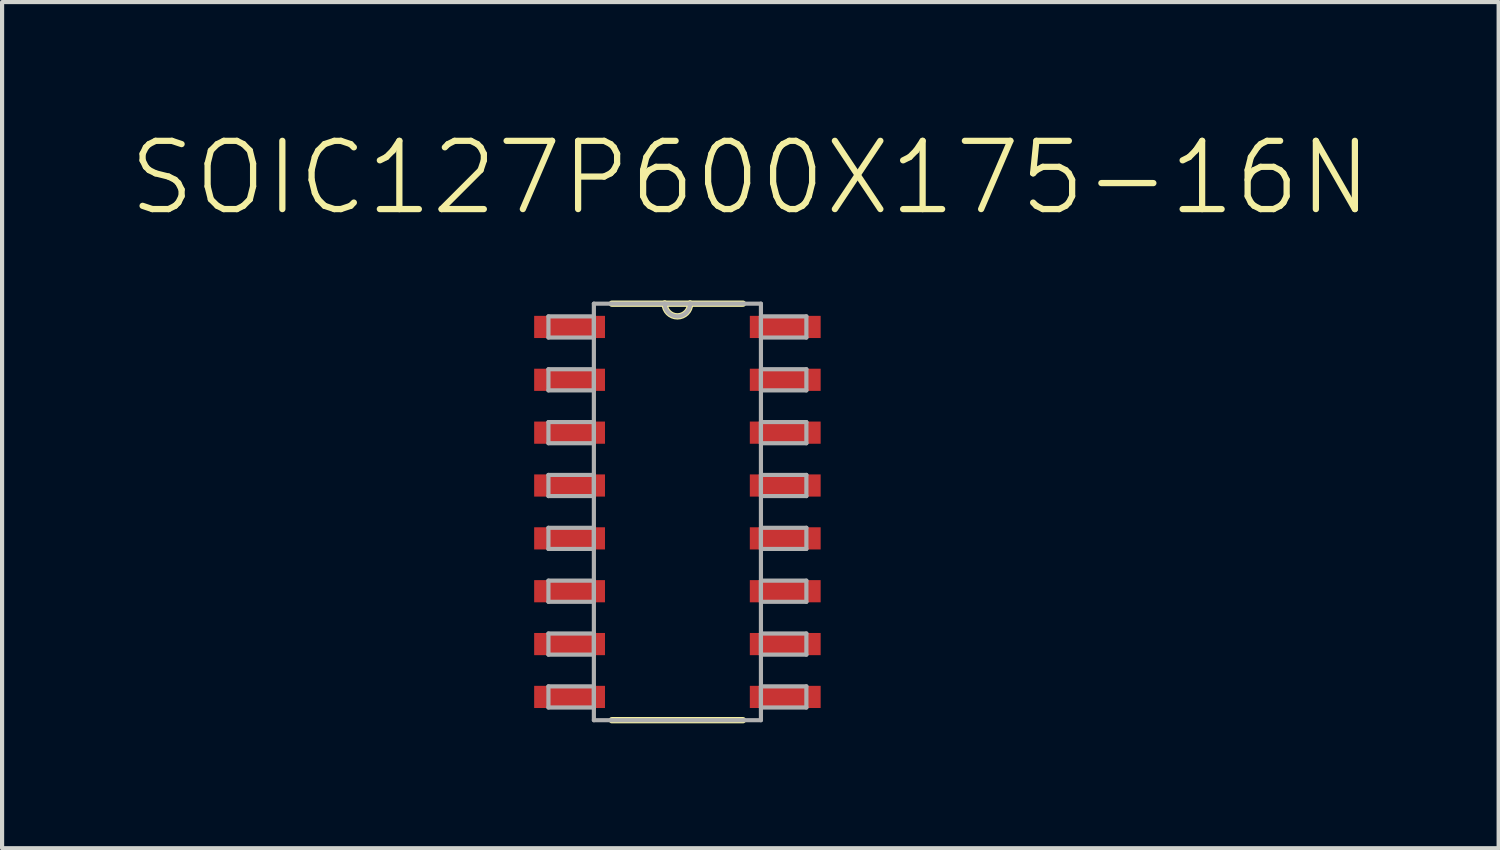
<source format=kicad_pcb>
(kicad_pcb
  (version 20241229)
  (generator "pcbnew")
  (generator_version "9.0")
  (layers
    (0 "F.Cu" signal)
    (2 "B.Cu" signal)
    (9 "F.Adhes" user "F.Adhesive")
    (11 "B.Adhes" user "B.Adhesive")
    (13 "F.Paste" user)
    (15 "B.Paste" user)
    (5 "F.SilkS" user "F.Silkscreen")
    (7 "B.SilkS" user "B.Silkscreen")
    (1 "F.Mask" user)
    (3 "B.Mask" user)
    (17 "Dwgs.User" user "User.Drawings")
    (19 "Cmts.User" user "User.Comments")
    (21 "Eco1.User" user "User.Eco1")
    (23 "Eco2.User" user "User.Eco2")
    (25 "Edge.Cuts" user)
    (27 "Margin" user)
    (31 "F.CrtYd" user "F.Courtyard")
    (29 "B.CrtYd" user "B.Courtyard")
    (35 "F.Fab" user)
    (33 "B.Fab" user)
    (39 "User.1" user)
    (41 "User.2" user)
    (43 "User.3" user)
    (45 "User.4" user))
  (footprint "SOIC127P600X175-16N"
    (layer "F.Cu")
    (at 13.227 9.251)
    (property "Reference" "SOIC127P600X175-16N" (at 1.753 -8.028 0) (layer "F.SilkS") (effects (font (size 1.64 1.64) (thickness 0.15))))
    (attr smd)
    (fp_line (start -1.575 5.004) (end 1.575 5.004) (stroke (width 0.152) (type solid)) (layer "F.SilkS"))
    (fp_line (start -0.305 -5.004) (end -1.575 -5.004) (stroke (width 0.152) (type solid)) (layer "F.SilkS"))
    (fp_line (start 0.305 -5.004) (end -0.305 -5.004) (stroke (width 0.152) (type solid)) (layer "F.SilkS"))
    (fp_line (start 1.575 -5.004) (end 0.305 -5.004) (stroke (width 0.152) (type solid)) (layer "F.SilkS"))
    (fp_arc (start 0.3048 -5.0038) (mid 0 -4.699) (end -0.3048 -5.0038) (stroke (width 0.1524) (type solid)) (layer "F.SilkS"))
    (fp_line (start -3.099 -4.699) (end -3.099 -4.191) (stroke (width 0.1) (type solid)) (layer "F.Fab"))
    (fp_line (start -3.099 -4.191) (end -2.007 -4.191) (stroke (width 0.1) (type solid)) (layer "F.Fab"))
    (fp_line (start -3.099 -3.429) (end -3.099 -2.921) (stroke (width 0.1) (type solid)) (layer "F.Fab"))
    (fp_line (start -3.099 -2.921) (end -2.007 -2.921) (stroke (width 0.1) (type solid)) (layer "F.Fab"))
    (fp_line (start -3.099 -2.159) (end -3.099 -1.651) (stroke (width 0.1) (type solid)) (layer "F.Fab"))
    (fp_line (start -3.099 -1.651) (end -2.007 -1.651) (stroke (width 0.1) (type solid)) (layer "F.Fab"))
    (fp_line (start -3.099 -0.889) (end -3.099 -0.381) (stroke (width 0.1) (type solid)) (layer "F.Fab"))
    (fp_line (start -3.099 -0.381) (end -2.007 -0.381) (stroke (width 0.1) (type solid)) (layer "F.Fab"))
    (fp_line (start -3.099 0.381) (end -3.099 0.889) (stroke (width 0.1) (type solid)) (layer "F.Fab"))
    (fp_line (start -3.099 0.889) (end -2.007 0.889) (stroke (width 0.1) (type solid)) (layer "F.Fab"))
    (fp_line (start -3.099 1.651) (end -3.099 2.159) (stroke (width 0.1) (type solid)) (layer "F.Fab"))
    (fp_line (start -3.099 2.159) (end -2.007 2.159) (stroke (width 0.1) (type solid)) (layer "F.Fab"))
    (fp_line (start -3.099 2.921) (end -3.099 3.429) (stroke (width 0.1) (type solid)) (layer "F.Fab"))
    (fp_line (start -3.099 3.429) (end -2.007 3.429) (stroke (width 0.1) (type solid)) (layer "F.Fab"))
    (fp_line (start -3.099 4.191) (end -3.099 4.699) (stroke (width 0.1) (type solid)) (layer "F.Fab"))
    (fp_line (start -3.099 4.699) (end -2.007 4.699) (stroke (width 0.1) (type solid)) (layer "F.Fab"))
    (fp_line (start -2.007 -5.004) (end -2.007 5.004) (stroke (width 0.1) (type solid)) (layer "F.Fab"))
    (fp_line (start -2.007 -4.699) (end -3.099 -4.699) (stroke (width 0.1) (type solid)) (layer "F.Fab"))
    (fp_line (start -2.007 -4.191) (end -2.007 -4.699) (stroke (width 0.1) (type solid)) (layer "F.Fab"))
    (fp_line (start -2.007 -3.429) (end -3.099 -3.429) (stroke (width 0.1) (type solid)) (layer "F.Fab"))
    (fp_line (start -2.007 -2.921) (end -2.007 -3.429) (stroke (width 0.1) (type solid)) (layer "F.Fab"))
    (fp_line (start -2.007 -2.159) (end -3.099 -2.159) (stroke (width 0.1) (type solid)) (layer "F.Fab"))
    (fp_line (start -2.007 -1.651) (end -2.007 -2.159) (stroke (width 0.1) (type solid)) (layer "F.Fab"))
    (fp_line (start -2.007 -0.889) (end -3.099 -0.889) (stroke (width 0.1) (type solid)) (layer "F.Fab"))
    (fp_line (start -2.007 -0.381) (end -2.007 -0.889) (stroke (width 0.1) (type solid)) (layer "F.Fab"))
    (fp_line (start -2.007 0.381) (end -3.099 0.381) (stroke (width 0.1) (type solid)) (layer "F.Fab"))
    (fp_line (start -2.007 0.889) (end -2.007 0.381) (stroke (width 0.1) (type solid)) (layer "F.Fab"))
    (fp_line (start -2.007 1.651) (end -3.099 1.651) (stroke (width 0.1) (type solid)) (layer "F.Fab"))
    (fp_line (start -2.007 2.159) (end -2.007 1.651) (stroke (width 0.1) (type solid)) (layer "F.Fab"))
    (fp_line (start -2.007 2.921) (end -3.099 2.921) (stroke (width 0.1) (type solid)) (layer "F.Fab"))
    (fp_line (start -2.007 3.429) (end -2.007 2.921) (stroke (width 0.1) (type solid)) (layer "F.Fab"))
    (fp_line (start -2.007 4.191) (end -3.099 4.191) (stroke (width 0.1) (type solid)) (layer "F.Fab"))
    (fp_line (start -2.007 4.699) (end -2.007 4.191) (stroke (width 0.1) (type solid)) (layer "F.Fab"))
    (fp_line (start -2.007 5.004) (end 2.007 5.004) (stroke (width 0.1) (type solid)) (layer "F.Fab"))
    (fp_line (start -0.305 -5.004) (end -2.007 -5.004) (stroke (width 0.1) (type solid)) (layer "F.Fab"))
    (fp_line (start 0.305 -5.004) (end -0.305 -5.004) (stroke (width 0.1) (type solid)) (layer "F.Fab"))
    (fp_line (start 2.007 -5.004) (end 0.305 -5.004) (stroke (width 0.1) (type solid)) (layer "F.Fab"))
    (fp_line (start 2.007 -4.699) (end 2.007 -4.191) (stroke (width 0.1) (type solid)) (layer "F.Fab"))
    (fp_line (start 2.007 -4.191) (end 3.099 -4.191) (stroke (width 0.1) (type solid)) (layer "F.Fab"))
    (fp_line (start 2.007 -3.429) (end 2.007 -2.921) (stroke (width 0.1) (type solid)) (layer "F.Fab"))
    (fp_line (start 2.007 -2.921) (end 3.099 -2.921) (stroke (width 0.1) (type solid)) (layer "F.Fab"))
    (fp_line (start 2.007 -2.159) (end 2.007 -1.651) (stroke (width 0.1) (type solid)) (layer "F.Fab"))
    (fp_line (start 2.007 -1.651) (end 3.099 -1.651) (stroke (width 0.1) (type solid)) (layer "F.Fab"))
    (fp_line (start 2.007 -0.889) (end 2.007 -0.381) (stroke (width 0.1) (type solid)) (layer "F.Fab"))
    (fp_line (start 2.007 -0.381) (end 3.099 -0.381) (stroke (width 0.1) (type solid)) (layer "F.Fab"))
    (fp_line (start 2.007 0.381) (end 2.007 0.889) (stroke (width 0.1) (type solid)) (layer "F.Fab"))
    (fp_line (start 2.007 0.889) (end 3.099 0.889) (stroke (width 0.1) (type solid)) (layer "F.Fab"))
    (fp_line (start 2.007 1.651) (end 2.007 2.159) (stroke (width 0.1) (type solid)) (layer "F.Fab"))
    (fp_line (start 2.007 2.159) (end 3.099 2.159) (stroke (width 0.1) (type solid)) (layer "F.Fab"))
    (fp_line (start 2.007 2.921) (end 2.007 3.429) (stroke (width 0.1) (type solid)) (layer "F.Fab"))
    (fp_line (start 2.007 3.429) (end 3.099 3.429) (stroke (width 0.1) (type solid)) (layer "F.Fab"))
    (fp_line (start 2.007 4.191) (end 2.007 4.699) (stroke (width 0.1) (type solid)) (layer "F.Fab"))
    (fp_line (start 2.007 4.699) (end 3.099 4.699) (stroke (width 0.1) (type solid)) (layer "F.Fab"))
    (fp_line (start 2.007 5.004) (end 2.007 -5.004) (stroke (width 0.1) (type solid)) (layer "F.Fab"))
    (fp_line (start 3.099 -4.699) (end 2.007 -4.699) (stroke (width 0.1) (type solid)) (layer "F.Fab"))
    (fp_line (start 3.099 -4.191) (end 3.099 -4.699) (stroke (width 0.1) (type solid)) (layer "F.Fab"))
    (fp_line (start 3.099 -3.429) (end 2.007 -3.429) (stroke (width 0.1) (type solid)) (layer "F.Fab"))
    (fp_line (start 3.099 -2.921) (end 3.099 -3.429) (stroke (width 0.1) (type solid)) (layer "F.Fab"))
    (fp_line (start 3.099 -2.159) (end 2.007 -2.159) (stroke (width 0.1) (type solid)) (layer "F.Fab"))
    (fp_line (start 3.099 -1.651) (end 3.099 -2.159) (stroke (width 0.1) (type solid)) (layer "F.Fab"))
    (fp_line (start 3.099 -0.889) (end 2.007 -0.889) (stroke (width 0.1) (type solid)) (layer "F.Fab"))
    (fp_line (start 3.099 -0.381) (end 3.099 -0.889) (stroke (width 0.1) (type solid)) (layer "F.Fab"))
    (fp_line (start 3.099 0.381) (end 2.007 0.381) (stroke (width 0.1) (type solid)) (layer "F.Fab"))
    (fp_line (start 3.099 0.889) (end 3.099 0.381) (stroke (width 0.1) (type solid)) (layer "F.Fab"))
    (fp_line (start 3.099 1.651) (end 2.007 1.651) (stroke (width 0.1) (type solid)) (layer "F.Fab"))
    (fp_line (start 3.099 2.159) (end 3.099 1.651) (stroke (width 0.1) (type solid)) (layer "F.Fab"))
    (fp_line (start 3.099 2.921) (end 2.007 2.921) (stroke (width 0.1) (type solid)) (layer "F.Fab"))
    (fp_line (start 3.099 3.429) (end 3.099 2.921) (stroke (width 0.1) (type solid)) (layer "F.Fab"))
    (fp_line (start 3.099 4.191) (end 2.007 4.191) (stroke (width 0.1) (type solid)) (layer "F.Fab"))
    (fp_line (start 3.099 4.699) (end 3.099 4.191) (stroke (width 0.1) (type solid)) (layer "F.Fab"))
    (fp_arc (start 0.3048 -5.0038) (mid 0 -4.699) (end -0.3048 -5.0038) (stroke (width 0.1) (type solid)) (layer "F.Fab"))
    (pad "1" smd rect (at -2.591 -4.445) (size 1.702 0.533) (layers "F.Cu" "F.Mask" "F.Paste"))
    (pad "2" smd rect (at -2.591 -3.175) (size 1.702 0.533) (layers "F.Cu" "F.Mask" "F.Paste"))
    (pad "3" smd rect (at -2.591 -1.905) (size 1.702 0.533) (layers "F.Cu" "F.Mask" "F.Paste"))
    (pad "4" smd rect (at -2.591 -0.635) (size 1.702 0.533) (layers "F.Cu" "F.Mask" "F.Paste"))
    (pad "5" smd rect (at -2.591 0.635) (size 1.702 0.533) (layers "F.Cu" "F.Mask" "F.Paste"))
    (pad "6" smd rect (at -2.591 1.905) (size 1.702 0.533) (layers "F.Cu" "F.Mask" "F.Paste"))
    (pad "7" smd rect (at -2.591 3.175) (size 1.702 0.533) (layers "F.Cu" "F.Mask" "F.Paste"))
    (pad "8" smd rect (at -2.591 4.445) (size 1.702 0.533) (layers "F.Cu" "F.Mask" "F.Paste"))
    (pad "9" smd rect (at 2.591 4.445) (size 1.702 0.533) (layers "F.Cu" "F.Mask" "F.Paste"))
    (pad "10" smd rect (at 2.591 3.175) (size 1.702 0.533) (layers "F.Cu" "F.Mask" "F.Paste"))
    (pad "11" smd rect (at 2.591 1.905) (size 1.702 0.533) (layers "F.Cu" "F.Mask" "F.Paste"))
    (pad "12" smd rect (at 2.591 0.635) (size 1.702 0.533) (layers "F.Cu" "F.Mask" "F.Paste"))
    (pad "13" smd rect (at 2.591 -0.635) (size 1.702 0.533) (layers "F.Cu" "F.Mask" "F.Paste"))
    (pad "14" smd rect (at 2.591 -1.905) (size 1.702 0.533) (layers "F.Cu" "F.Mask" "F.Paste"))
    (pad "15" smd rect (at 2.591 -3.175) (size 1.702 0.533) (layers "F.Cu" "F.Mask" "F.Paste"))
    (pad "16" smd rect (at 2.591 -4.445) (size 1.702 0.533) (layers "F.Cu" "F.Mask" "F.Paste")))
  (gr_rect
    (start -3 -3)
    (end 32.96 17.331)
    (stroke (width 0.1) (type default))
    (fill no)
    (layer "Edge.Cuts")))
</source>
